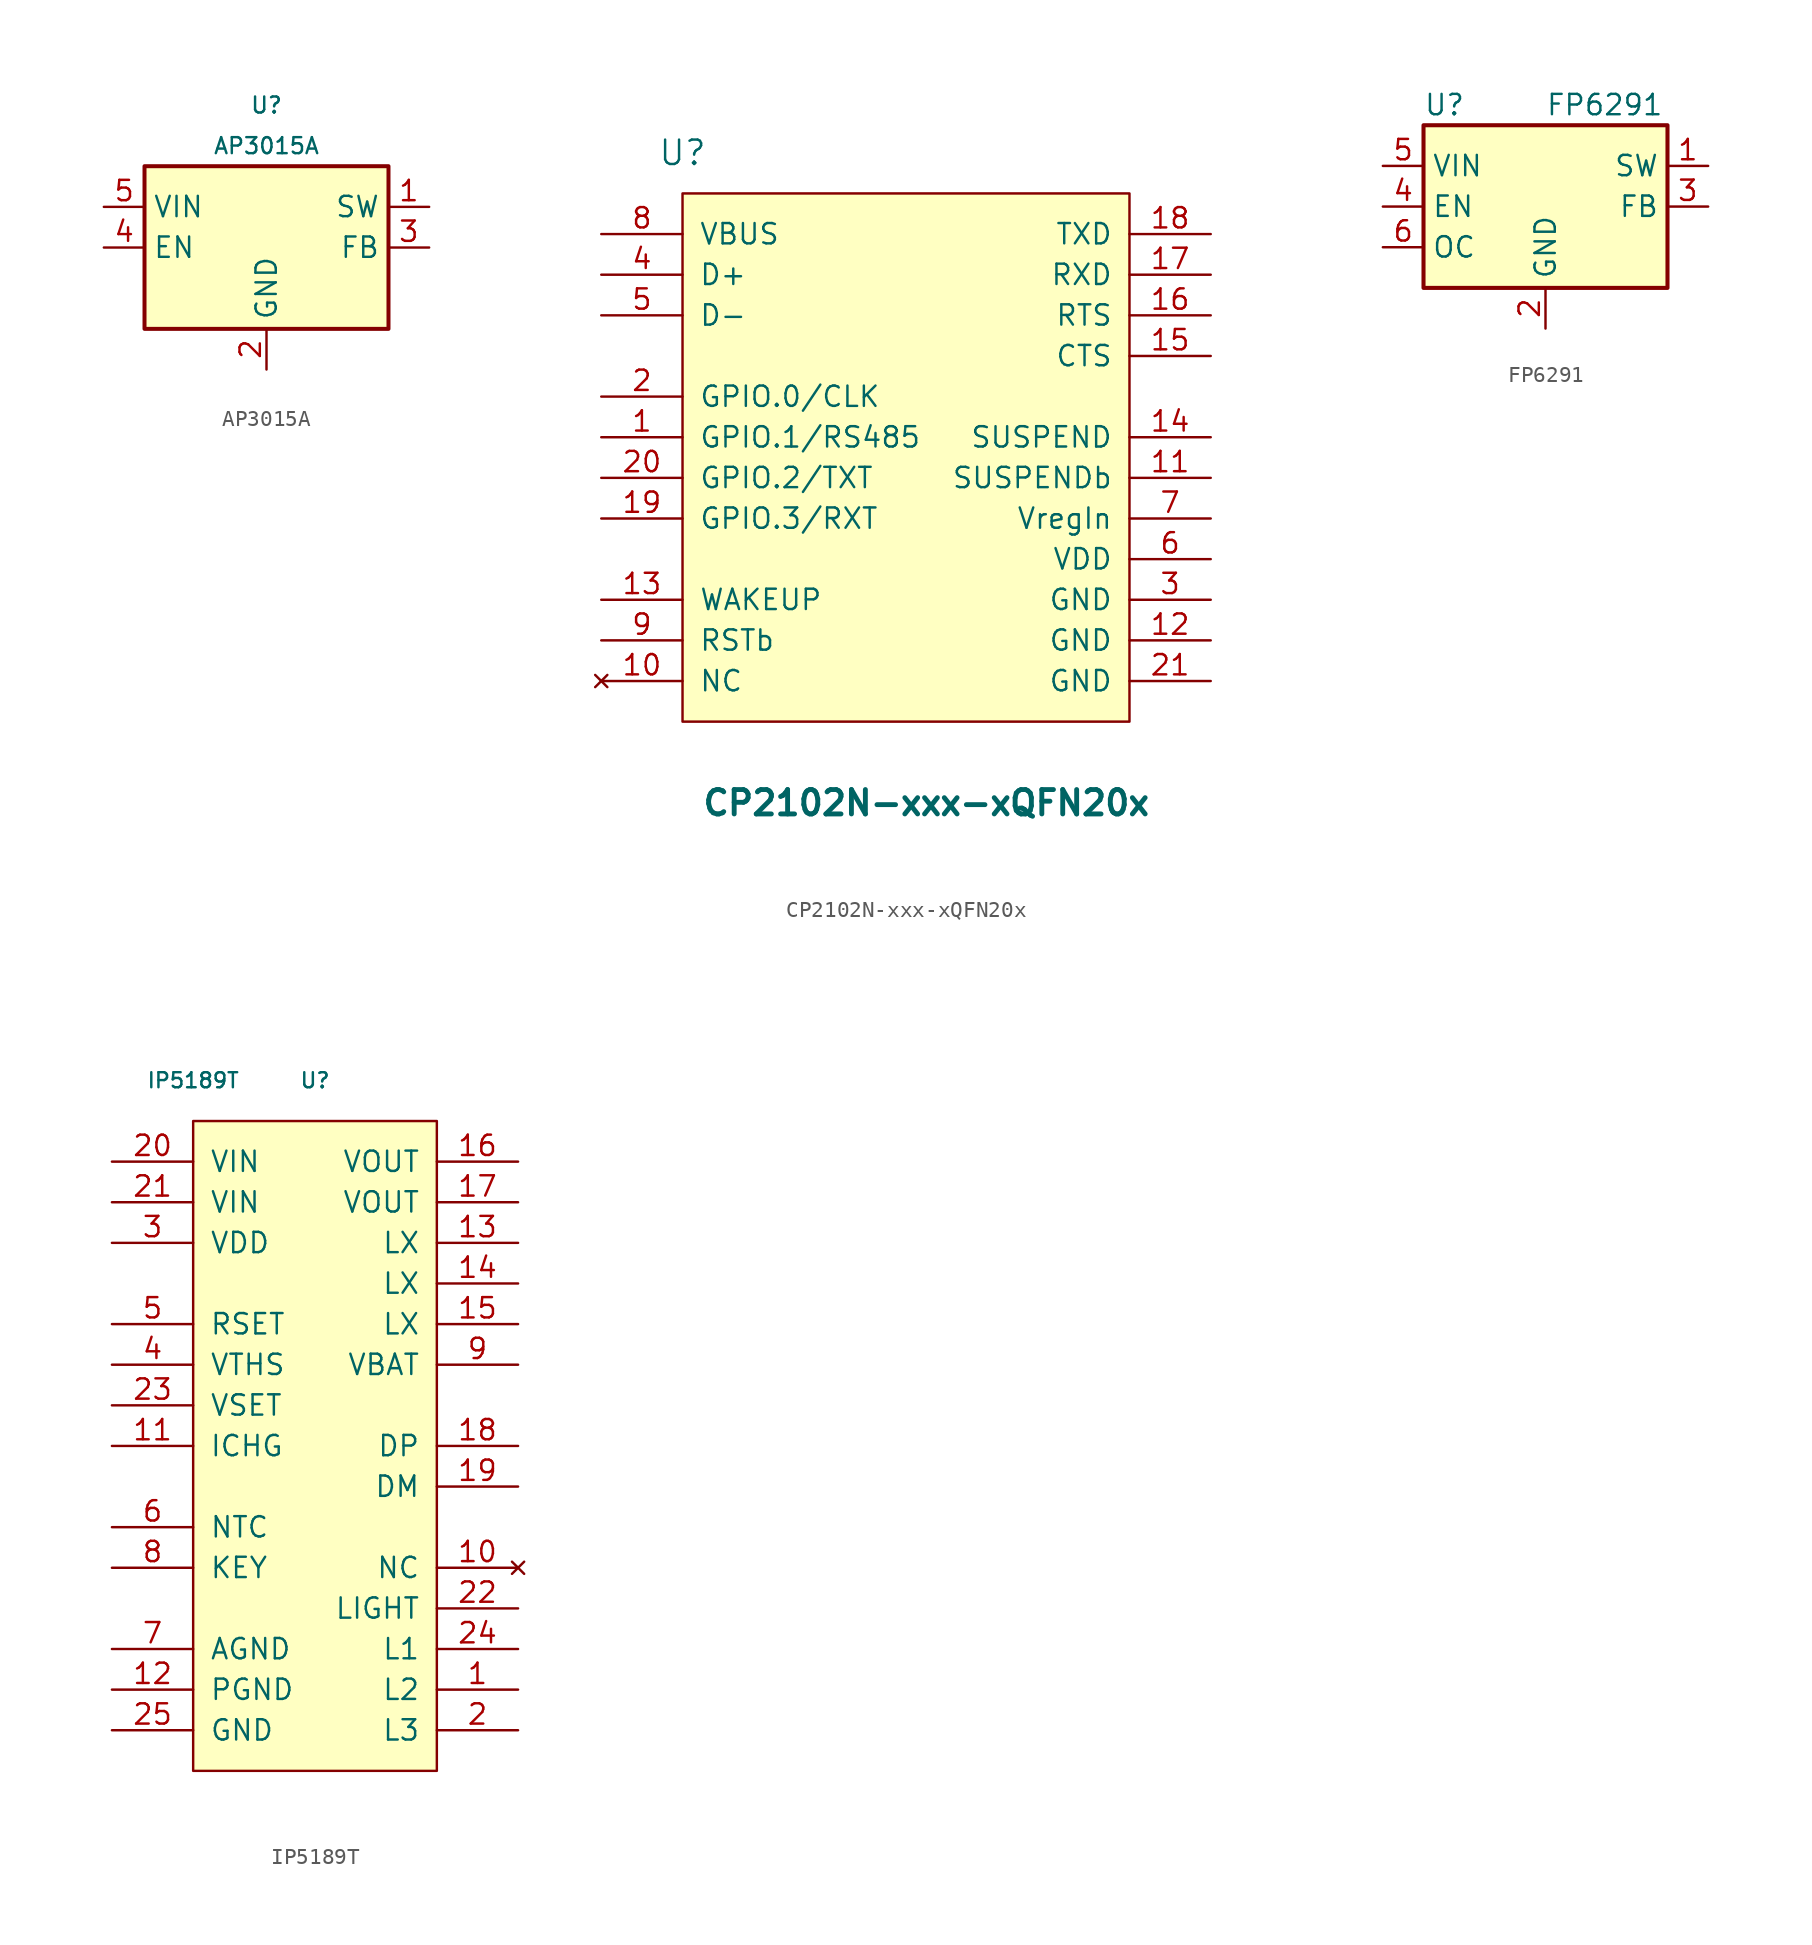
<source format=kicad_sym>
(kicad_symbol_lib
  (version 20220914)
  (generator kicad_symbol_editor)
  (symbol "AP3015A"
    (property "Reference" "U"
      (at 0 5.08 0)
      (effects (font (size 1 1))))
    (property "Value" "AP3015A"
      (at 0 2.54 0)
      (effects (font (size 1 1))))
    (symbol "AP3015A_1_1"
      (rectangle (start -7.62 1.27) (end 7.62 -8.89) (stroke (width 0.25) (type default)) (fill (type background)))
      (pin input line (at 10.16 -1.27 180) (length 2.54) (name "SW" (effects (font (size 1.27 1.27)))) (number "1" (effects (font (size 1.27 1.27)))))
      (pin input line (at 0 -11.43 90) (length 2.54) (name "GND" (effects (font (size 1.27 1.27)))) (number "2" (effects (font (size 1.27 1.27)))))
      (pin input line (at 10.16 -3.81 180) (length 2.54) (name "FB" (effects (font (size 1.27 1.27)))) (number "3" (effects (font (size 1.27 1.27)))))
      (pin input line (at -10.16 -3.81 0) (length 2.54) (name "EN" (effects (font (size 1.27 1.27)))) (number "4" (effects (font (size 1.27 1.27)))))
      (pin input line (at -10.16 -1.27 0) (length 2.54) (name "VIN" (effects (font (size 1.27 1.27)))) (number "5" (effects (font (size 1.27 1.27)))))))
  (symbol "CP2102N-xxx-xQFN20x"
    (pin_names
      (offset 1.016))
    (property "Reference" "U"
      (at -12.7 17.78 0)
      (effects (font (size 1.524 1.524))))
    (property "Value" "CP2102N-xxx-xQFN20x"
      (at 2.54 -22.86 0)
      (effects (font (size 1.524 1.524) bold)))
    (symbol "CP2102N-xxx-xQFN20x_0_1"
      (rectangle (start -12.7 15.24) (end 15.24 -17.78) (stroke (width 0) (type default)) (fill (type background))))
    (symbol "CP2102N-xxx-xQFN20x_1_1"
      (pin input line (at -17.78 0 0) (length 5.08) (name "GPIO.1/RS485" (effects (font (size 1.27 1.27)))) (number "1" (effects (font (size 1.27 1.27)))))
      (pin no_connect line (at -17.78 -15.24 0) (length 5.08) (name "NC" (effects (font (size 1.27 1.27)))) (number "10" (effects (font (size 1.27 1.27)))))
      (pin output line (at 20.32 -2.54 180) (length 5.08) (name "SUSPENDb" (effects (font (size 1.27 1.27)))) (number "11" (effects (font (size 1.27 1.27)))))
      (pin power_in line (at 20.32 -12.7 180) (length 5.08) (name "GND" (effects (font (size 1.27 1.27)))) (number "12" (effects (font (size 1.27 1.27)))))
      (pin input line (at -17.78 -10.16 0) (length 5.08) (name "WAKEUP" (effects (font (size 1.27 1.27)))) (number "13" (effects (font (size 1.27 1.27)))))
      (pin output line (at 20.32 0 180) (length 5.08) (name "SUSPEND" (effects (font (size 1.27 1.27)))) (number "14" (effects (font (size 1.27 1.27)))))
      (pin input line (at 20.32 5.08 180) (length 5.08) (name "CTS" (effects (font (size 1.27 1.27)))) (number "15" (effects (font (size 1.27 1.27)))))
      (pin output line (at 20.32 7.62 180) (length 5.08) (name "RTS" (effects (font (size 1.27 1.27)))) (number "16" (effects (font (size 1.27 1.27)))))
      (pin input line (at 20.32 10.16 180) (length 5.08) (name "RXD" (effects (font (size 1.27 1.27)))) (number "17" (effects (font (size 1.27 1.27)))))
      (pin output line (at 20.32 12.7 180) (length 5.08) (name "TXD" (effects (font (size 1.27 1.27)))) (number "18" (effects (font (size 1.27 1.27)))))
      (pin input line (at -17.78 -5.08 0) (length 5.08) (name "GPIO.3/RXT" (effects (font (size 1.27 1.27)))) (number "19" (effects (font (size 1.27 1.27)))))
      (pin input line (at -17.78 2.54 0) (length 5.08) (name "GPIO.0/CLK" (effects (font (size 1.27 1.27)))) (number "2" (effects (font (size 1.27 1.27)))))
      (pin input line (at -17.78 -2.54 0) (length 5.08) (name "GPIO.2/TXT" (effects (font (size 1.27 1.27)))) (number "20" (effects (font (size 1.27 1.27)))))
      (pin power_in line (at 20.32 -15.24 180) (length 5.08) (name "GND" (effects (font (size 1.27 1.27)))) (number "21" (effects (font (size 1.27 1.27)))))
      (pin power_in line (at 20.32 -10.16 180) (length 5.08) (name "GND" (effects (font (size 1.27 1.27)))) (number "3" (effects (font (size 1.27 1.27)))))
      (pin input line (at -17.78 10.16 0) (length 5.08) (name "D+" (effects (font (size 1.27 1.27)))) (number "4" (effects (font (size 1.27 1.27)))))
      (pin input line (at -17.78 7.62 0) (length 5.08) (name "D-" (effects (font (size 1.27 1.27)))) (number "5" (effects (font (size 1.27 1.27)))))
      (pin power_out line (at 20.32 -7.62 180) (length 5.08) (name "VDD" (effects (font (size 1.27 1.27)))) (number "6" (effects (font (size 1.27 1.27)))))
      (pin power_in line (at 20.32 -5.08 180) (length 5.08) (name "VregIn" (effects (font (size 1.27 1.27)))) (number "7" (effects (font (size 1.27 1.27)))))
      (pin input line (at -17.78 12.7 0) (length 5.08) (name "VBUS" (effects (font (size 1.27 1.27)))) (number "8" (effects (font (size 1.27 1.27)))))
      (pin input line (at -17.78 -12.7 0) (length 5.08) (name "RSTb" (effects (font (size 1.27 1.27)))) (number "9" (effects (font (size 1.27 1.27)))))))
  (symbol "FP6291"
    (property "Reference" "U"
      (at -7.62 6.35 0)
      (effects (font (size 1.27 1.27)) (justify left)))
    (property "Value" "FP6291"
      (at 0 6.35 0)
      (effects (font (size 1.27 1.27)) (justify left)))
    (symbol "FP6291_0_1"
      (rectangle (start -7.62 5.08) (end 7.62 -5.08) (stroke (width 0.254) (type default)) (fill (type background))))
    (symbol "FP6291_1_1"
      (pin power_out line (at 10.16 2.54 180) (length 2.54) (name "SW" (effects (font (size 1.27 1.27)))) (number "1" (effects (font (size 1.27 1.27)))))
      (pin power_in line (at 0 -7.62 90) (length 2.54) (name "GND" (effects (font (size 1.27 1.27)))) (number "2" (effects (font (size 1.27 1.27)))))
      (pin input line (at 10.16 0 180) (length 2.54) (name "FB" (effects (font (size 1.27 1.27)))) (number "3" (effects (font (size 1.27 1.27)))))
      (pin input line (at -10.16 0 0) (length 2.54) (name "EN" (effects (font (size 1.27 1.27)))) (number "4" (effects (font (size 1.27 1.27)))))
      (pin power_in line (at -10.16 2.54 0) (length 2.54) (name "VIN" (effects (font (size 1.27 1.27)))) (number "5" (effects (font (size 1.27 1.27)))))
      (pin input line (at -10.16 -2.54 0) (length 2.54) (name "OC" (effects (font (size 1.27 1.27)))) (number "6" (effects (font (size 1.27 1.27)))))))
  (symbol "IP5189T"
    (pin_names
      (offset 1.016))
    (property "Reference" "U"
      (at 5.08 2.54 0)
      (effects (font (size 0.94 0.94))))
    (property "Value" "IP5189T"
      (at -2.54 2.54 0)
      (effects (font (size 0.94 0.94))))
    (symbol "IP5189T_0_1"
      (rectangle (start -2.54 0) (end 12.7 -40.64) (stroke (width 0) (type default)) (fill (type background))))
    (symbol "IP5189T_1_1"
      (pin output line (at 17.78 -35.56 180) (length 5.08) (name "L2" (effects (font (size 1.27 1.27)))) (number "1" (effects (font (size 1.27 1.27)))))
      (pin no_connect line (at 17.78 -27.94 180) (length 5.08) (name "NC" (effects (font (size 1.27 1.27)))) (number "10" (effects (font (size 1.27 1.27)))))
      (pin input line (at -7.62 -20.32 0) (length 5.08) (name "ICHG" (effects (font (size 1.27 1.27)))) (number "11" (effects (font (size 1.27 1.27)))))
      (pin power_in line (at -7.62 -35.56 0) (length 5.08) (name "PGND" (effects (font (size 1.27 1.27)))) (number "12" (effects (font (size 1.27 1.27)))))
      (pin power_out line (at 17.78 -7.62 180) (length 5.08) (name "LX" (effects (font (size 1.27 1.27)))) (number "13" (effects (font (size 1.27 1.27)))))
      (pin passive line (at 17.78 -10.16 180) (length 5.08) (name "LX" (effects (font (size 1.27 1.27)))) (number "14" (effects (font (size 1.27 1.27)))))
      (pin passive line (at 17.78 -12.7 180) (length 5.08) (name "LX" (effects (font (size 1.27 1.27)))) (number "15" (effects (font (size 1.27 1.27)))))
      (pin power_out line (at 17.78 -2.54 180) (length 5.08) (name "VOUT" (effects (font (size 1.27 1.27)))) (number "16" (effects (font (size 1.27 1.27)))))
      (pin passive line (at 17.78 -5.08 180) (length 5.08) (name "VOUT" (effects (font (size 1.27 1.27)))) (number "17" (effects (font (size 1.27 1.27)))))
      (pin output line (at 17.78 -20.32 180) (length 5.08) (name "DP" (effects (font (size 1.27 1.27)))) (number "18" (effects (font (size 1.27 1.27)))))
      (pin output line (at 17.78 -22.86 180) (length 5.08) (name "DM" (effects (font (size 1.27 1.27)))) (number "19" (effects (font (size 1.27 1.27)))))
      (pin output line (at 17.78 -38.1 180) (length 5.08) (name "L3" (effects (font (size 1.27 1.27)))) (number "2" (effects (font (size 1.27 1.27)))))
      (pin power_in line (at -7.62 -2.54 0) (length 5.08) (name "VIN" (effects (font (size 1.27 1.27)))) (number "20" (effects (font (size 1.27 1.27)))))
      (pin power_in line (at -7.62 -5.08 0) (length 5.08) (name "VIN" (effects (font (size 1.27 1.27)))) (number "21" (effects (font (size 1.27 1.27)))))
      (pin output line (at 17.78 -30.48 180) (length 5.08) (name "LIGHT" (effects (font (size 1.27 1.27)))) (number "22" (effects (font (size 1.27 1.27)))))
      (pin input line (at -7.62 -17.78 0) (length 5.08) (name "VSET" (effects (font (size 1.27 1.27)))) (number "23" (effects (font (size 1.27 1.27)))))
      (pin output line (at 17.78 -33.02 180) (length 5.08) (name "L1" (effects (font (size 1.27 1.27)))) (number "24" (effects (font (size 1.27 1.27)))))
      (pin power_in line (at -7.62 -38.1 0) (length 5.08) (name "GND" (effects (font (size 1.27 1.27)))) (number "25" (effects (font (size 1.27 1.27)))))
      (pin power_out line (at -7.62 -7.62 0) (length 5.08) (name "VDD" (effects (font (size 1.27 1.27)))) (number "3" (effects (font (size 1.27 1.27)))))
      (pin input line (at -7.62 -15.24 0) (length 5.08) (name "VTHS" (effects (font (size 1.27 1.27)))) (number "4" (effects (font (size 1.27 1.27)))))
      (pin input line (at -7.62 -12.7 0) (length 5.08) (name "RSET" (effects (font (size 1.27 1.27)))) (number "5" (effects (font (size 1.27 1.27)))))
      (pin input line (at -7.62 -25.4 0) (length 5.08) (name "NTC" (effects (font (size 1.27 1.27)))) (number "6" (effects (font (size 1.27 1.27)))))
      (pin power_in line (at -7.62 -33.02 0) (length 5.08) (name "AGND" (effects (font (size 1.27 1.27)))) (number "7" (effects (font (size 1.27 1.27)))))
      (pin input line (at -7.62 -27.94 0) (length 5.08) (name "KEY" (effects (font (size 1.27 1.27)))) (number "8" (effects (font (size 1.27 1.27)))))
      (pin power_out line (at 17.78 -15.24 180) (length 5.08) (name "VBAT" (effects (font (size 1.27 1.27)))) (number "9" (effects (font (size 1.27 1.27))))))))
</source>
